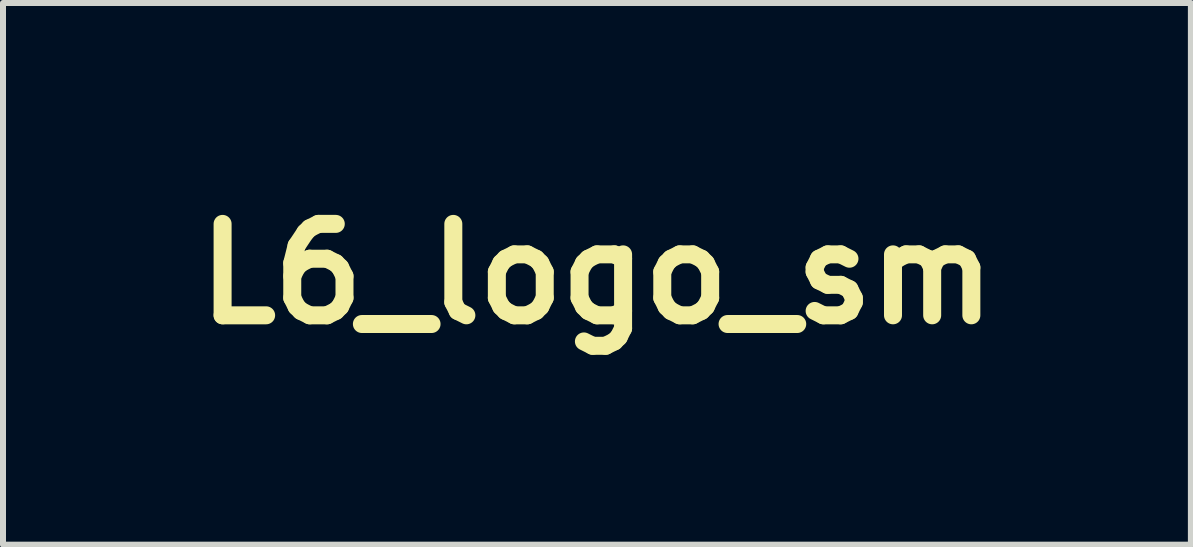
<source format=kicad_pcb>
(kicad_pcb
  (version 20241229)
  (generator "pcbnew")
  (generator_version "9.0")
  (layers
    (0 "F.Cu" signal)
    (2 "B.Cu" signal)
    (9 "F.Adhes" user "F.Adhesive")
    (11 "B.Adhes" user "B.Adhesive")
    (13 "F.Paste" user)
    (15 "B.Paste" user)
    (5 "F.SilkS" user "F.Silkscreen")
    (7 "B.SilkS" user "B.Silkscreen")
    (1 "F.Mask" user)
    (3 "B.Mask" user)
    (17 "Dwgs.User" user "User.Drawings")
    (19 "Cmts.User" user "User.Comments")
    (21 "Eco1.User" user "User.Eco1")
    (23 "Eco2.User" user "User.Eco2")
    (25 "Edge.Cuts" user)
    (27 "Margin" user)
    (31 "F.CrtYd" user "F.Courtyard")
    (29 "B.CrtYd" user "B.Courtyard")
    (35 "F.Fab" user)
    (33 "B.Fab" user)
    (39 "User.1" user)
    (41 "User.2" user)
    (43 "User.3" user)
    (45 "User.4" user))
  (footprint "L6_logo_sm"
    (layer "F.Cu")
    (at 6.902 1.517)
    (property "Reference" "L6_logo_sm" (at 0 0 0) (layer "F.SilkS") (effects (font (size 1.524 1.524) (thickness 0.3))))
    (attr board_only exclude_from_pos_files exclude_from_bom)
    (fp_poly (pts (xy 1.405 -1.515) (xy 1.468 -1.515) (xy 1.524 -1.514) (xy 1.57 -1.514) (xy 1.605 -1.513) (xy 1.629 -1.512) (xy 1.64 -1.511) (xy 1.64 -1.511) (xy 1.64 -1.503) (xy 1.638 -1.481) (xy 1.635 -1.447) (xy 1.632 -1.4) (xy 1.627 -1.341) (xy 1.621 -1.271) (xy 1.615 -1.191) (xy 1.608 -1.101) (xy 1.6 -1.002) (xy 1.592 -0.895) (xy 1.583 -0.78) (xy 1.573 -0.658) (xy 1.563 -0.53) (xy 1.553 -0.396) (xy 1.542 -0.257) (xy 1.531 -0.115) (xy 1.524 -0.031) (xy 1.513 0.114) (xy 1.501 0.256) (xy 1.491 0.393) (xy 1.48 0.524) (xy 1.47 0.65) (xy 1.461 0.77) (xy 1.452 0.882) (xy 1.444 0.986) (xy 1.437 1.082) (xy 1.43 1.169) (xy 1.424 1.245) (xy 1.419 1.311) (xy 1.415 1.366) (xy 1.411 1.408) (xy 1.409 1.438) (xy 1.408 1.455) (xy 1.408 1.458) (xy 1.408 1.462) (xy 1.406 1.465) (xy 1.402 1.467) (xy 1.394 1.469) (xy 1.381 1.471) (xy 1.361 1.472) (xy 1.334 1.472) (xy 1.297 1.473) (xy 1.25 1.473) (xy 1.192 1.473) (xy 1.121 1.473) (xy 0.799 1.473) (xy 0.803 1.45) (xy 0.804 1.437) (xy 0.807 1.413) (xy 0.81 1.376) (xy 0.814 1.331) (xy 0.82 1.277) (xy 0.825 1.217) (xy 0.831 1.153) (xy 0.835 1.118) (xy 0.841 1.051) (xy 0.847 0.988) (xy 0.852 0.93) (xy 0.857 0.879) (xy 0.861 0.836) (xy 0.865 0.804) (xy 0.867 0.784) (xy 0.868 0.778) (xy 0.872 0.747) (xy 0.684 0.748) (xy 0.497 0.748) (xy 0.381 1.109) (xy 0.265 1.47) (xy -0.053 1.471) (xy -0.37 1.473) (xy -0.344 1.403) (xy -0.339 1.389) (xy -0.33 1.362) (xy -0.316 1.323) (xy -0.297 1.273) (xy -0.275 1.211) (xy -0.249 1.139) (xy -0.219 1.058) (xy -0.186 0.968) (xy -0.15 0.869) (xy -0.112 0.763) (xy -0.071 0.65) (xy -0.027 0.531) (xy 0.018 0.406) (xy 0.065 0.276) (xy 0.076 0.247) (xy 0.662 0.247) (xy 0.928 0.247) (xy 0.932 0.212) (xy 0.934 0.194) (xy 0.937 0.163) (xy 0.942 0.121) (xy 0.947 0.07) (xy 0.953 0.01) (xy 0.96 -0.057) (xy 0.967 -0.129) (xy 0.975 -0.206) (xy 0.983 -0.286) (xy 0.991 -0.367) (xy 0.999 -0.449) (xy 1.008 -0.53) (xy 1.015 -0.608) (xy 1.023 -0.683) (xy 1.03 -0.753) (xy 1.036 -0.817) (xy 1.041 -0.873) (xy 1.046 -0.92) (xy 1.049 -0.957) (xy 1.051 -0.983) (xy 1.052 -0.995) (xy 1.052 -0.996) (xy 1.05 -1.008) (xy 1.045 -1.008) (xy 1.037 -0.997) (xy 1.029 -0.977) (xy 1.021 -0.954) (xy 1.01 -0.913) (xy 0.995 -0.859) (xy 0.976 -0.795) (xy 0.955 -0.722) (xy 0.931 -0.642) (xy 0.906 -0.556) (xy 0.879 -0.466) (xy 0.851 -0.373) (xy 0.823 -0.28) (xy 0.795 -0.188) (xy 0.768 -0.098) (xy 0.742 -0.012) (xy 0.717 0.068) (xy 0.695 0.141) (xy 0.676 0.201) (xy 0.662 0.247) (xy 0.076 0.247) (xy 0.114 0.143) (xy 0.164 0.005) (xy 0.199 -0.091) (xy 0.717 -1.513) (xy 1.178 -1.515) (xy 1.259 -1.515) (xy 1.335 -1.515)) (stroke (width 0) (type solid)) (fill yes) (layer "F.Mask"))
    (fp_poly (pts (xy -0.666 -1.152) (xy -0.666 -1.065) (xy -0.667 -0.973) (xy -0.668 -0.875) (xy -0.668 -0.775) (xy -0.669 -0.671) (xy -0.671 -0.567) (xy -0.672 -0.461) (xy -0.673 -0.357) (xy -0.674 -0.254) (xy -0.675 -0.153) (xy -0.677 -0.057) (xy -0.678 0.035) (xy -0.679 0.121) (xy -0.681 0.199) (xy -0.682 0.27) (xy -0.683 0.332) (xy -0.684 0.384) (xy -0.685 0.425) (xy -0.686 0.453) (xy -0.687 0.468) (xy -0.687 0.47) (xy -0.688 0.489) (xy -0.686 0.5) (xy -0.685 0.501) (xy -0.681 0.494) (xy -0.677 0.476) (xy -0.671 0.448) (xy -0.666 0.414) (xy -0.665 0.408) (xy -0.657 0.355) (xy -0.647 0.291) (xy -0.636 0.216) (xy -0.623 0.134) (xy -0.609 0.047) (xy -0.595 -0.043) (xy -0.58 -0.134) (xy -0.565 -0.223) (xy -0.551 -0.308) (xy -0.538 -0.386) (xy -0.526 -0.456) (xy -0.519 -0.497) (xy -0.504 -0.584) (xy -0.489 -0.662) (xy -0.476 -0.735) (xy -0.462 -0.806) (xy -0.448 -0.876) (xy -0.433 -0.949) (xy -0.417 -1.027) (xy -0.398 -1.112) (xy -0.377 -1.209) (xy -0.369 -1.246) (xy -0.309 -1.517) (xy 0.259 -1.517) (xy 0.166 -1.101) (xy 0.153 -1.044) (xy 0.138 -0.975) (xy 0.119 -0.893) (xy 0.099 -0.801) (xy 0.076 -0.7) (xy 0.052 -0.59) (xy 0.026 -0.474) (xy -0.002 -0.352) (xy -0.03 -0.226) (xy -0.059 -0.096) (xy -0.088 0.036) (xy -0.118 0.168) (xy -0.147 0.3) (xy -0.168 0.394) (xy -0.409 1.473) (xy -1.091 1.473) (xy -1.085 0.742) (xy -1.084 0.633) (xy -1.083 0.522) (xy -1.082 0.413) (xy -1.081 0.305) (xy -1.08 0.2) (xy -1.079 0.101) (xy -1.078 0.008) (xy -1.077 -0.076) (xy -1.077 -0.151) (xy -1.076 -0.215) (xy -1.075 -0.266) (xy -1.075 -0.272) (xy -1.074 -0.335) (xy -1.073 -0.393) (xy -1.073 -0.444) (xy -1.072 -0.488) (xy -1.072 -0.523) (xy -1.072 -0.547) (xy -1.072 -0.558) (xy -1.072 -0.558) (xy -1.074 -0.559) (xy -1.076 -0.556) (xy -1.078 -0.549) (xy -1.081 -0.536) (xy -1.086 -0.515) (xy -1.091 -0.487) (xy -1.097 -0.449) (xy -1.105 -0.402) (xy -1.115 -0.343) (xy -1.127 -0.271) (xy -1.139 -0.196) (xy -1.162 -0.055) (xy -1.183 0.073) (xy -1.203 0.19) (xy -1.221 0.298) (xy -1.239 0.398) (xy -1.255 0.491) (xy -1.272 0.58) (xy -1.288 0.667) (xy -1.305 0.752) (xy -1.322 0.837) (xy -1.34 0.925) (xy -1.36 1.016) (xy -1.381 1.113) (xy -1.383 1.125) (xy -1.398 1.191) (xy -1.411 1.253) (xy -1.424 1.31) (xy -1.435 1.359) (xy -1.444 1.4) (xy -1.451 1.431) (xy -1.455 1.451) (xy -1.456 1.457) (xy -1.46 1.473) (xy -2.019 1.473) (xy -2.015 1.457) (xy -2.013 1.448) (xy -2.008 1.426) (xy -2 1.391) (xy -1.99 1.344) (xy -1.977 1.286) (xy -1.961 1.216) (xy -1.943 1.137) (xy -1.923 1.048) (xy -1.901 0.95) (xy -1.878 0.844) (xy -1.852 0.73) (xy -1.826 0.61) (xy -1.797 0.484) (xy -1.768 0.352) (xy -1.737 0.215) (xy -1.706 0.075) (xy -1.684 -0.025) (xy -1.652 -0.169) (xy -1.621 -0.308) (xy -1.59 -0.443) (xy -1.561 -0.573) (xy -1.533 -0.698) (xy -1.507 -0.816) (xy -1.482 -0.927) (xy -1.459 -1.03) (xy -1.438 -1.125) (xy -1.419 -1.211) (xy -1.401 -1.287) (xy -1.387 -1.353) (xy -1.374 -1.408) (xy -1.365 -1.451) (xy -1.358 -1.482) (xy -1.354 -1.5) (xy -1.353 -1.504) (xy -1.351 -1.507) (xy -1.347 -1.509) (xy -1.34 -1.511) (xy -1.328 -1.513) (xy -1.311 -1.514) (xy -1.286 -1.515) (xy -1.253 -1.516) (xy -1.21 -1.516) (xy -1.157 -1.517) (xy -1.092 -1.517) (xy -1.013 -1.517) (xy -0.664 -1.517)) (stroke (width 0) (type solid)) (fill yes) (layer "F.Mask"))
    (fp_poly (pts (xy 4.524 -1.437) (xy 4.627 -1.437) (xy 4.717 -1.437) (xy 4.795 -1.436) (xy 4.861 -1.436) (xy 4.916 -1.435) (xy 4.961 -1.435) (xy 4.997 -1.434) (xy 5.025 -1.433) (xy 5.044 -1.432) (xy 5.057 -1.43) (xy 5.063 -1.429) (xy 5.064 -1.428) (xy 5.061 -1.419) (xy 5.054 -1.398) (xy 5.044 -1.367) (xy 5.031 -1.326) (xy 5.015 -1.279) (xy 4.998 -1.226) (xy 4.985 -1.185) (xy 4.91 -0.951) (xy 4.545 -0.951) (xy 4.474 -0.951) (xy 4.407 -0.95) (xy 4.346 -0.95) (xy 4.293 -0.95) (xy 4.248 -0.949) (xy 4.214 -0.949) (xy 4.191 -0.948) (xy 4.181 -0.947) (xy 4.18 -0.947) (xy 4.178 -0.939) (xy 4.173 -0.919) (xy 4.166 -0.888) (xy 4.155 -0.847) (xy 4.143 -0.798) (xy 4.129 -0.743) (xy 4.114 -0.683) (xy 4.108 -0.659) (xy 4.092 -0.598) (xy 4.077 -0.54) (xy 4.064 -0.489) (xy 4.053 -0.446) (xy 4.044 -0.411) (xy 4.038 -0.387) (xy 4.035 -0.375) (xy 4.035 -0.373) (xy 4.04 -0.376) (xy 4.055 -0.385) (xy 4.076 -0.399) (xy 4.082 -0.403) (xy 4.151 -0.441) (xy 4.228 -0.468) (xy 4.311 -0.482) (xy 4.402 -0.484) (xy 4.416 -0.484) (xy 4.501 -0.474) (xy 4.575 -0.456) (xy 4.639 -0.427) (xy 4.693 -0.389) (xy 4.737 -0.34) (xy 4.773 -0.28) (xy 4.8 -0.209) (xy 4.805 -0.19) (xy 4.813 -0.151) (xy 4.818 -0.101) (xy 4.82 -0.045) (xy 4.82 0.014) (xy 4.818 0.073) (xy 4.813 0.126) (xy 4.812 0.131) (xy 4.808 0.157) (xy 4.801 0.195) (xy 4.791 0.243) (xy 4.78 0.298) (xy 4.767 0.36) (xy 4.753 0.425) (xy 4.739 0.491) (xy 4.724 0.557) (xy 4.71 0.62) (xy 4.696 0.679) (xy 4.684 0.73) (xy 4.681 0.745) (xy 4.651 0.856) (xy 4.621 0.954) (xy 4.588 1.04) (xy 4.553 1.116) (xy 4.514 1.183) (xy 4.471 1.243) (xy 4.424 1.298) (xy 4.401 1.32) (xy 4.368 1.35) (xy 4.339 1.372) (xy 4.309 1.392) (xy 4.272 1.412) (xy 4.257 1.419) (xy 4.171 1.454) (xy 4.075 1.481) (xy 3.972 1.499) (xy 3.862 1.508) (xy 3.748 1.509) (xy 3.647 1.501) (xy 3.613 1.496) (xy 3.572 1.489) (xy 3.531 1.48) (xy 3.516 1.477) (xy 3.429 1.449) (xy 3.352 1.413) (xy 3.287 1.368) (xy 3.234 1.315) (xy 3.192 1.252) (xy 3.161 1.181) (xy 3.142 1.101) (xy 3.134 1.011) (xy 3.137 0.913) (xy 3.151 0.805) (xy 3.153 0.795) (xy 3.16 0.759) (xy 3.167 0.727) (xy 3.172 0.703) (xy 3.175 0.69) (xy 3.176 0.688) (xy 3.184 0.687) (xy 3.204 0.686) (xy 3.237 0.685) (xy 3.279 0.684) (xy 3.329 0.683) (xy 3.386 0.682) (xy 3.448 0.682) (xy 3.47 0.682) (xy 3.761 0.682) (xy 3.756 0.701) (xy 3.739 0.775) (xy 3.727 0.843) (xy 3.721 0.902) (xy 3.72 0.951) (xy 3.724 0.989) (xy 3.734 1.014) (xy 3.757 1.04) (xy 3.789 1.057) (xy 3.827 1.066) (xy 3.868 1.066) (xy 3.907 1.058) (xy 3.944 1.041) (xy 3.973 1.015) (xy 3.987 0.997) (xy 4 0.977) (xy 4.012 0.953) (xy 4.025 0.925) (xy 4.037 0.89) (xy 4.05 0.849) (xy 4.064 0.799) (xy 4.079 0.74) (xy 4.095 0.671) (xy 4.114 0.59) (xy 4.135 0.496) (xy 4.141 0.468) (xy 4.159 0.384) (xy 4.173 0.313) (xy 4.185 0.254) (xy 4.193 0.204) (xy 4.198 0.164) (xy 4.201 0.13) (xy 4.201 0.103) (xy 4.198 0.08) (xy 4.194 0.061) (xy 4.189 0.048) (xy 4.168 0.017) (xy 4.138 -0.003) (xy 4.099 -0.013) (xy 4.059 -0.013) (xy 4.013 -0.004) (xy 3.973 0.016) (xy 3.937 0.047) (xy 3.906 0.089) (xy 3.878 0.145) (xy 3.857 0.203) (xy 3.844 0.24) (xy 3.804 0.236) (xy 3.786 0.234) (xy 3.756 0.231) (xy 3.716 0.227) (xy 3.669 0.223) (xy 3.615 0.218) (xy 3.558 0.213) (xy 3.54 0.211) (xy 3.485 0.206) (xy 3.434 0.202) (xy 3.39 0.197) (xy 3.354 0.193) (xy 3.329 0.19) (xy 3.315 0.188) (xy 3.313 0.188) (xy 3.313 0.179) (xy 3.317 0.162) (xy 3.323 0.143) (xy 3.334 0.11) (xy 3.348 0.065) (xy 3.365 0.007) (xy 3.384 -0.062) (xy 3.406 -0.14) (xy 3.43 -0.227) (xy 3.456 -0.322) (xy 3.484 -0.424) (xy 3.512 -0.532) (xy 3.542 -0.644) (xy 3.573 -0.76) (xy 3.604 -0.879) (xy 3.635 -0.999) (xy 3.666 -1.119) (xy 3.672 -1.145) (xy 3.747 -1.437) (xy 4.407 -1.437)) (stroke (width 0) (type solid)) (fill yes) (layer "F.Mask"))
    (fp_poly (pts (xy 2.839 -1.475) (xy 2.933 -1.462) (xy 3.019 -1.442) (xy 3.047 -1.434) (xy 3.108 -1.41) (xy 3.158 -1.383) (xy 3.205 -1.35) (xy 3.248 -1.31) (xy 3.29 -1.263) (xy 3.322 -1.217) (xy 3.347 -1.166) (xy 3.367 -1.105) (xy 3.368 -1.099) (xy 3.377 -1.051) (xy 3.383 -0.992) (xy 3.384 -0.929) (xy 3.382 -0.865) (xy 3.376 -0.805) (xy 3.367 -0.752) (xy 3.363 -0.738) (xy 3.361 -0.735) (xy 3.357 -0.733) (xy 3.349 -0.73) (xy 3.336 -0.729) (xy 3.317 -0.728) (xy 3.29 -0.727) (xy 3.253 -0.726) (xy 3.207 -0.726) (xy 3.148 -0.726) (xy 3.081 -0.726) (xy 2.804 -0.726) (xy 2.817 -0.796) (xy 2.827 -0.862) (xy 2.829 -0.916) (xy 2.821 -0.959) (xy 2.805 -0.992) (xy 2.779 -1.016) (xy 2.743 -1.03) (xy 2.717 -1.035) (xy 2.668 -1.034) (xy 2.624 -1.02) (xy 2.59 -0.996) (xy 2.575 -0.981) (xy 2.561 -0.965) (xy 2.549 -0.945) (xy 2.537 -0.921) (xy 2.525 -0.892) (xy 2.513 -0.855) (xy 2.5 -0.81) (xy 2.485 -0.756) (xy 2.469 -0.691) (xy 2.451 -0.614) (xy 2.436 -0.547) (xy 2.383 -0.313) (xy 2.423 -0.349) (xy 2.468 -0.383) (xy 2.523 -0.415) (xy 2.583 -0.442) (xy 2.632 -0.459) (xy 2.675 -0.467) (xy 2.727 -0.473) (xy 2.783 -0.475) (xy 2.838 -0.474) (xy 2.89 -0.471) (xy 2.932 -0.464) (xy 2.939 -0.462) (xy 3.007 -0.437) (xy 3.065 -0.402) (xy 3.113 -0.359) (xy 3.151 -0.312) (xy 3.18 -0.262) (xy 3.201 -0.207) (xy 3.215 -0.144) (xy 3.223 -0.071) (xy 3.225 -0.011) (xy 3.224 0.033) (xy 3.223 0.078) (xy 3.22 0.119) (xy 3.217 0.151) (xy 3.216 0.156) (xy 3.212 0.18) (xy 3.204 0.215) (xy 3.195 0.261) (xy 3.183 0.315) (xy 3.17 0.375) (xy 3.156 0.439) (xy 3.141 0.506) (xy 3.126 0.573) (xy 3.111 0.639) (xy 3.097 0.701) (xy 3.083 0.757) (xy 3.072 0.807) (xy 3.062 0.847) (xy 3.054 0.875) (xy 3.052 0.885) (xy 3.013 1) (xy 2.969 1.101) (xy 2.919 1.189) (xy 2.863 1.266) (xy 2.8 1.331) (xy 2.729 1.386) (xy 2.651 1.43) (xy 2.57 1.463) (xy 2.53 1.475) (xy 2.485 1.487) (xy 2.442 1.496) (xy 2.431 1.498) (xy 2.388 1.504) (xy 2.335 1.508) (xy 2.276 1.512) (xy 2.217 1.513) (xy 2.16 1.513) (xy 2.11 1.512) (xy 2.079 1.509) (xy 1.976 1.492) (xy 1.883 1.466) (xy 1.802 1.43) (xy 1.732 1.385) (xy 1.672 1.33) (xy 1.624 1.266) (xy 1.587 1.192) (xy 1.56 1.109) (xy 1.556 1.092) (xy 1.55 1.05) (xy 1.546 0.997) (xy 1.544 0.94) (xy 1.544 0.931) (xy 2.122 0.931) (xy 2.123 0.954) (xy 2.126 0.973) (xy 2.131 0.99) (xy 2.138 1.005) (xy 2.138 1.005) (xy 2.16 1.035) (xy 2.192 1.055) (xy 2.232 1.065) (xy 2.259 1.067) (xy 2.288 1.065) (xy 2.315 1.061) (xy 2.332 1.057) (xy 2.365 1.036) (xy 2.396 1.002) (xy 2.424 0.958) (xy 2.447 0.904) (xy 2.456 0.878) (xy 2.46 0.863) (xy 2.467 0.835) (xy 2.477 0.796) (xy 2.488 0.748) (xy 2.502 0.693) (xy 2.516 0.632) (xy 2.532 0.567) (xy 2.541 0.526) (xy 2.559 0.45) (xy 2.574 0.386) (xy 2.586 0.333) (xy 2.595 0.289) (xy 2.603 0.254) (xy 2.608 0.225) (xy 2.612 0.201) (xy 2.614 0.18) (xy 2.615 0.161) (xy 2.615 0.144) (xy 2.615 0.11) (xy 2.614 0.087) (xy 2.611 0.071) (xy 2.605 0.059) (xy 2.601 0.054) (xy 2.581 0.03) (xy 2.559 0.015) (xy 2.532 0.006) (xy 2.495 0.002) (xy 2.491 0.002) (xy 2.461 0.001) (xy 2.44 0.002) (xy 2.421 0.007) (xy 2.401 0.017) (xy 2.395 0.02) (xy 2.36 0.044) (xy 2.33 0.077) (xy 2.305 0.121) (xy 2.282 0.178) (xy 2.28 0.183) (xy 2.274 0.205) (xy 2.265 0.239) (xy 2.254 0.283) (xy 2.241 0.336) (xy 2.227 0.395) (xy 2.212 0.46) (xy 2.197 0.526) (xy 2.191 0.555) (xy 2.172 0.641) (xy 2.157 0.714) (xy 2.144 0.775) (xy 2.135 0.827) (xy 2.128 0.869) (xy 2.124 0.903) (xy 2.122 0.931) (xy 1.544 0.931) (xy 1.545 0.881) (xy 1.548 0.826) (xy 1.553 0.787) (xy 1.556 0.771) (xy 1.562 0.742) (xy 1.57 0.702) (xy 1.581 0.651) (xy 1.594 0.59) (xy 1.609 0.522) (xy 1.626 0.446) (xy 1.644 0.365) (xy 1.663 0.279) (xy 1.683 0.19) (xy 1.703 0.1) (xy 1.723 0.008) (xy 1.744 -0.083) (xy 1.764 -0.173) (xy 1.783 -0.26) (xy 1.802 -0.343) (xy 1.82 -0.421) (xy 1.836 -0.492) (xy 1.851 -0.555) (xy 1.863 -0.61) (xy 1.874 -0.654) (xy 1.882 -0.688) (xy 1.887 -0.708) (xy 1.925 -0.836) (xy 1.966 -0.951) (xy 2.013 -1.054) (xy 2.064 -1.143) (xy 2.12 -1.222) (xy 2.182 -1.288) (xy 2.251 -1.345) (xy 2.326 -1.391) (xy 2.408 -1.427) (xy 2.468 -1.447) (xy 2.553 -1.466) (xy 2.645 -1.476) (xy 2.742 -1.479)) (stroke (width 0) (type solid)) (fill yes) (layer "F.Mask"))
    (fp_poly (pts (xy -4.011 -1.517) (xy -3.948 -1.516) (xy -3.897 -1.516) (xy -3.857 -1.515) (xy -3.828 -1.514) (xy -3.807 -1.513) (xy -3.795 -1.511) (xy -3.789 -1.509) (xy -3.788 -1.508) (xy -3.79 -1.5) (xy -3.794 -1.478) (xy -3.802 -1.444) (xy -3.812 -1.398) (xy -3.825 -1.341) (xy -3.84 -1.273) (xy -3.857 -1.195) (xy -3.876 -1.108) (xy -3.897 -1.013) (xy -3.92 -0.911) (xy -3.945 -0.801) (xy -3.971 -0.685) (xy -3.998 -0.564) (xy -4.026 -0.438) (xy -4.055 -0.308) (xy -4.064 -0.269) (xy -4.093 -0.138) (xy -4.122 -0.011) (xy -4.149 0.111) (xy -4.176 0.228) (xy -4.201 0.34) (xy -4.224 0.444) (xy -4.246 0.542) (xy -4.266 0.631) (xy -4.283 0.711) (xy -4.299 0.782) (xy -4.313 0.842) (xy -4.323 0.891) (xy -4.332 0.929) (xy -4.337 0.953) (xy -4.34 0.965) (xy -4.34 0.966) (xy -4.333 0.967) (xy -4.312 0.969) (xy -4.28 0.97) (xy -4.237 0.971) (xy -4.185 0.971) (xy -4.124 0.972) (xy -4.057 0.972) (xy -3.988 0.972) (xy -3.637 0.972) (xy -3.632 0.916) (xy -3.629 0.879) (xy -3.624 0.837) (xy -3.62 0.806) (xy -3.618 0.795) (xy -3.613 0.771) (xy -3.605 0.734) (xy -3.595 0.686) (xy -3.582 0.628) (xy -3.568 0.56) (xy -3.551 0.484) (xy -3.532 0.4) (xy -3.512 0.309) (xy -3.491 0.212) (xy -3.469 0.111) (xy -3.445 0.005) (xy -3.421 -0.103) (xy -3.397 -0.214) (xy -3.372 -0.325) (xy -3.347 -0.437) (xy -3.323 -0.549) (xy -3.298 -0.659) (xy -3.274 -0.766) (xy -3.251 -0.87) (xy -3.229 -0.969) (xy -3.208 -1.063) (xy -3.189 -1.151) (xy -3.171 -1.232) (xy -3.154 -1.304) (xy -3.14 -1.368) (xy -3.128 -1.421) (xy -3.118 -1.464) (xy -3.111 -1.495) (xy -3.11 -1.5) (xy -3.106 -1.517) (xy -2.805 -1.517) (xy -2.74 -1.517) (xy -2.68 -1.516) (xy -2.627 -1.516) (xy -2.581 -1.515) (xy -2.545 -1.515) (xy -2.519 -1.514) (xy -2.505 -1.513) (xy -2.504 -1.513) (xy -2.505 -1.506) (xy -2.51 -1.485) (xy -2.517 -1.451) (xy -2.527 -1.406) (xy -2.54 -1.349) (xy -2.555 -1.282) (xy -2.572 -1.206) (xy -2.591 -1.12) (xy -2.612 -1.026) (xy -2.635 -0.925) (xy -2.659 -0.817) (xy -2.685 -0.703) (xy -2.711 -0.584) (xy -2.739 -0.46) (xy -2.763 -0.354) (xy -2.797 -0.203) (xy -2.827 -0.066) (xy -2.855 0.059) (xy -2.88 0.171) (xy -2.903 0.272) (xy -2.923 0.362) (xy -2.94 0.442) (xy -2.956 0.512) (xy -2.969 0.574) (xy -2.981 0.627) (xy -2.99 0.674) (xy -2.998 0.713) (xy -3.005 0.747) (xy -3.01 0.775) (xy -3.014 0.798) (xy -3.018 0.817) (xy -3.02 0.833) (xy -3.021 0.847) (xy -3.022 0.858) (xy -3.022 0.868) (xy -3.022 0.871) (xy -3.02 0.918) (xy -3.014 0.954) (xy -3.001 0.98) (xy -2.982 1.001) (xy -2.96 1.015) (xy -2.942 1.023) (xy -2.924 1.028) (xy -2.902 1.03) (xy -2.872 1.029) (xy -2.87 1.029) (xy -2.822 1.023) (xy -2.782 1.01) (xy -2.749 0.988) (xy -2.721 0.956) (xy -2.697 0.914) (xy -2.676 0.859) (xy -2.66 0.801) (xy -2.657 0.786) (xy -2.65 0.758) (xy -2.641 0.717) (xy -2.629 0.664) (xy -2.615 0.6) (xy -2.598 0.527) (xy -2.579 0.444) (xy -2.559 0.353) (xy -2.537 0.254) (xy -2.513 0.148) (xy -2.488 0.037) (xy -2.462 -0.08) (xy -2.435 -0.201) (xy -2.407 -0.325) (xy -2.395 -0.381) (xy -2.367 -0.505) (xy -2.34 -0.626) (xy -2.314 -0.742) (xy -2.289 -0.853) (xy -2.266 -0.958) (xy -2.244 -1.056) (xy -2.224 -1.146) (xy -2.206 -1.228) (xy -2.189 -1.301) (xy -2.175 -1.364) (xy -2.163 -1.416) (xy -2.154 -1.457) (xy -2.148 -1.486) (xy -2.144 -1.501) (xy -2.144 -1.504) (xy -2.142 -1.507) (xy -2.138 -1.51) (xy -2.13 -1.512) (xy -2.118 -1.513) (xy -2.099 -1.515) (xy -2.073 -1.516) (xy -2.039 -1.516) (xy -1.994 -1.516) (xy -1.937 -1.517) (xy -1.869 -1.517) (xy -1.836 -1.517) (xy -1.771 -1.517) (xy -1.711 -1.516) (xy -1.657 -1.516) (xy -1.61 -1.515) (xy -1.573 -1.514) (xy -1.547 -1.513) (xy -1.533 -1.512) (xy -1.531 -1.512) (xy -1.533 -1.504) (xy -1.537 -1.483) (xy -1.545 -1.45) (xy -1.555 -1.405) (xy -1.567 -1.35) (xy -1.581 -1.285) (xy -1.598 -1.211) (xy -1.616 -1.13) (xy -1.635 -1.042) (xy -1.657 -0.947) (xy -1.679 -0.848) (xy -1.702 -0.745) (xy -1.726 -0.638) (xy -1.75 -0.529) (xy -1.775 -0.419) (xy -1.8 -0.308) (xy -1.824 -0.198) (xy -1.849 -0.089) (xy -1.873 0.018) (xy -1.896 0.122) (xy -1.919 0.222) (xy -1.94 0.316) (xy -1.96 0.405) (xy -1.978 0.487) (xy -1.995 0.561) (xy -2.01 0.627) (xy -2.023 0.683) (xy -2.033 0.729) (xy -2.041 0.763) (xy -2.046 0.785) (xy -2.048 0.791) (xy -2.08 0.911) (xy -2.117 1.018) (xy -2.158 1.112) (xy -2.204 1.195) (xy -2.256 1.266) (xy -2.315 1.326) (xy -2.38 1.378) (xy -2.454 1.42) (xy -2.536 1.454) (xy -2.628 1.481) (xy -2.678 1.492) (xy -2.707 1.496) (xy -2.747 1.5) (xy -2.795 1.503) (xy -2.85 1.505) (xy -2.907 1.506) (xy -2.963 1.507) (xy -3.016 1.507) (xy -3.063 1.506) (xy -3.1 1.504) (xy -3.117 1.502) (xy -3.2 1.487) (xy -3.279 1.464) (xy -3.352 1.436) (xy -3.416 1.402) (xy -3.469 1.365) (xy -3.477 1.358) (xy -3.531 1.3) (xy -3.573 1.233) (xy -3.604 1.158) (xy -3.617 1.108) (xy -3.626 1.066) (xy -3.687 1.268) (xy -3.748 1.47) (xy -4.4 1.471) (xy -4.496 1.472) (xy -4.587 1.472) (xy -4.673 1.472) (xy -4.754 1.472) (xy -4.826 1.471) (xy -4.891 1.471) (xy -4.946 1.47) (xy -4.99 1.47) (xy -5.023 1.469) (xy -5.044 1.469) (xy -5.051 1.468) (xy -5.051 1.468) (xy -5.05 1.46) (xy -5.045 1.439) (xy -5.038 1.405) (xy -5.028 1.359) (xy -5.015 1.302) (xy -5 1.233) (xy -4.982 1.155) (xy -4.963 1.066) (xy -4.941 0.969) (xy -4.918 0.864) (xy -4.893 0.751) (xy -4.866 0.631) (xy -4.838 0.504) (xy -4.809 0.373) (xy -4.778 0.236) (xy -4.747 0.095) (xy -4.72 -0.027) (xy -4.388 -1.517) (xy -4.088 -1.517)) (stroke (width 0) (type solid)) (fill yes) (layer "F.Mask")))
  (gr_rect
    (start -3 -3)
    (end 16.803 6.03)
    (stroke (width 0.1) (type default))
    (fill no)
    (layer "Edge.Cuts")))
</source>
